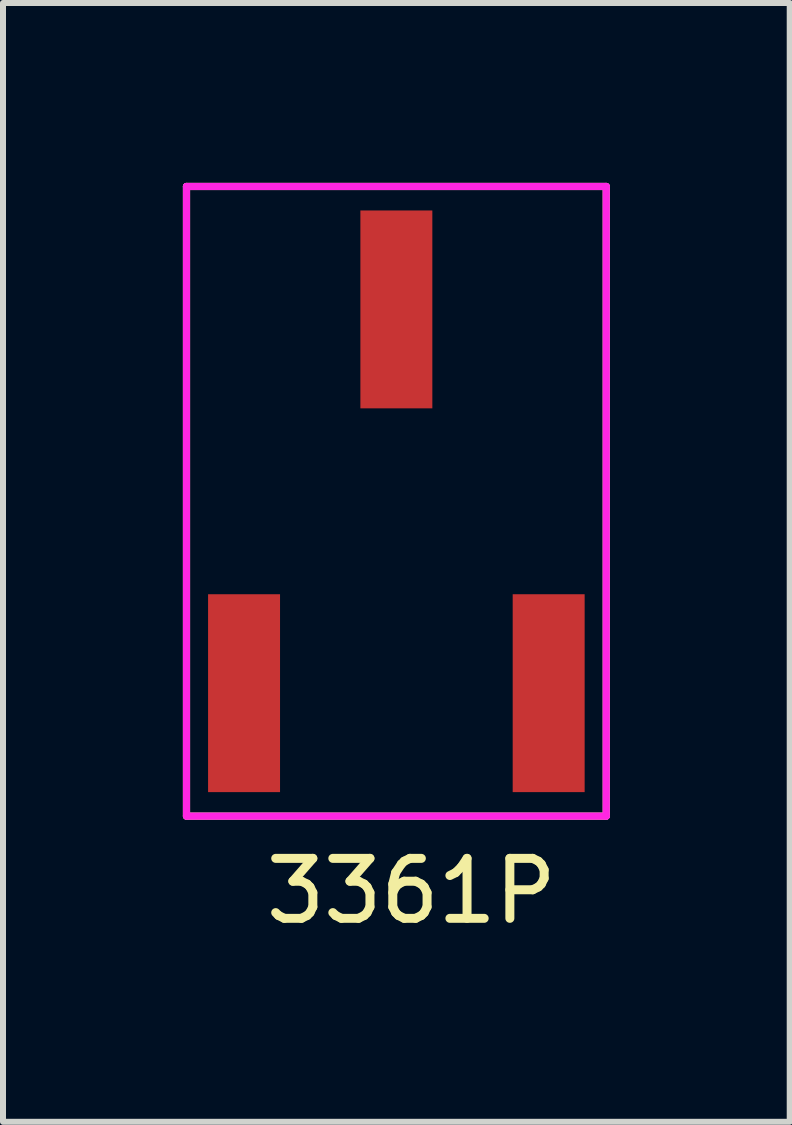
<source format=kicad_pcb>
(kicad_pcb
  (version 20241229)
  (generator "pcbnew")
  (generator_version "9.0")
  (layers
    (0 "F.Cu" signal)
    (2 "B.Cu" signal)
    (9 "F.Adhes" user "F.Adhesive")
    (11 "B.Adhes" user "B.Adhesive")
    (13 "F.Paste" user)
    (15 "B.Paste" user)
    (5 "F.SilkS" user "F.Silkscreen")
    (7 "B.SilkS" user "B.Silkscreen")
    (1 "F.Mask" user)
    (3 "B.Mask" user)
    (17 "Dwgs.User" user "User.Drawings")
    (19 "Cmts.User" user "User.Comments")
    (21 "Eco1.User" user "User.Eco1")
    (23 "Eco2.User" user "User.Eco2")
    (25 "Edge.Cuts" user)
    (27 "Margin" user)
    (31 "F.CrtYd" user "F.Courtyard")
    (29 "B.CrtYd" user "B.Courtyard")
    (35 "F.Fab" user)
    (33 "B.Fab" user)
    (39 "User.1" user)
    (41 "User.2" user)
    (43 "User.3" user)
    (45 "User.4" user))
  (footprint "3361P"
    (layer "F.Cu")
    (at 3.56 5.31)
    (property "Reference" "3361P" (at 0.25 6.5 0) (layer "F.SilkS") (effects (font (size 1 1) (thickness 0.15))))
    (attr through_hole)
    (fp_line (start -3.5 -5.25) (end 3.5 -5.25) (stroke (width 0.12) (type solid)) (layer "F.SilkS"))
    (fp_line (start -3.5 5.25) (end -3.5 -5.25) (stroke (width 0.12) (type solid)) (layer "F.SilkS"))
    (fp_line (start 3.5 -5.25) (end 3.5 5.25) (stroke (width 0.12) (type solid)) (layer "F.SilkS"))
    (fp_line (start 3.5 5.25) (end -3.5 5.25) (stroke (width 0.12) (type solid)) (layer "F.SilkS"))
    (fp_line (start -3.5 -5.25) (end 3.5 -5.25) (stroke (width 0.12) (type solid)) (layer "F.CrtYd"))
    (fp_line (start -3.5 5.25) (end -3.5 -5.25) (stroke (width 0.12) (type solid)) (layer "F.CrtYd"))
    (fp_line (start 3.5 -5.25) (end 3.5 5.25) (stroke (width 0.12) (type solid)) (layer "F.CrtYd"))
    (fp_line (start 3.5 5.25) (end -3.5 5.25) (stroke (width 0.12) (type solid)) (layer "F.CrtYd"))
    (pad "1" smd rect (at -2.54 3.2) (size 1.2 3.3) (layers "F.Cu" "F.Mask" "F.Paste"))
    (pad "2" smd rect (at 0 -3.2) (size 1.2 3.3) (layers "F.Cu" "F.Mask" "F.Paste"))
    (pad "3" smd rect (at 2.54 3.2) (size 1.2 3.3) (layers "F.Cu" "F.Mask" "F.Paste")))
  (gr_rect
    (start -3 -3)
    (end 10.12 15.658)
    (stroke (width 0.1) (type default))
    (fill no)
    (layer "Edge.Cuts")))
</source>
